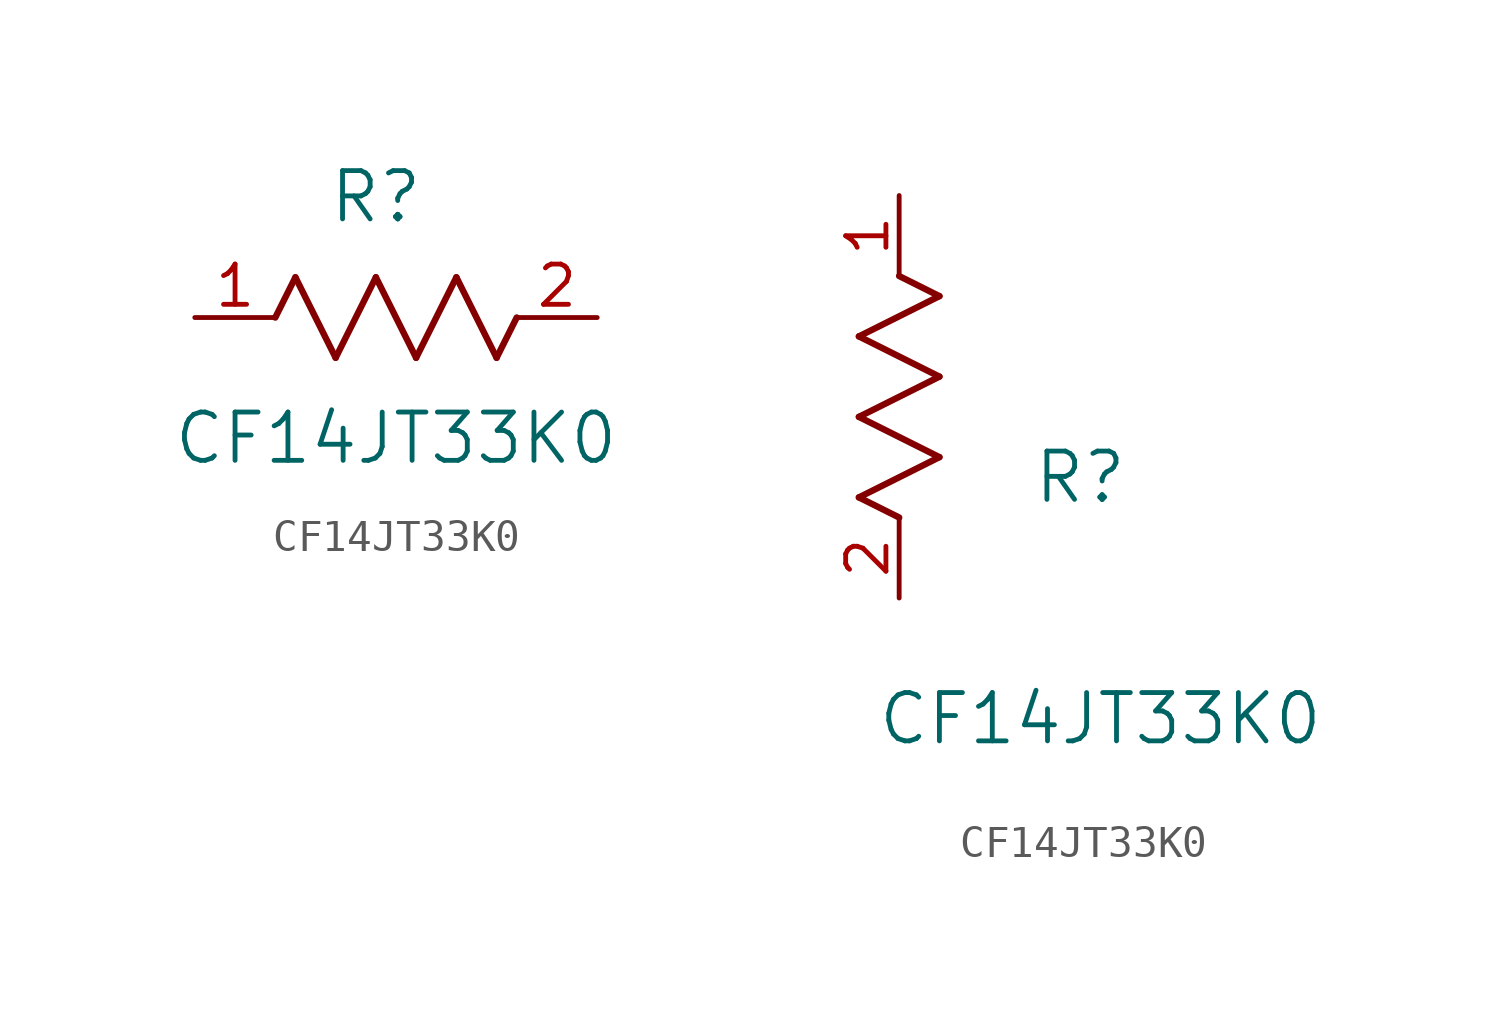
<source format=kicad_sym>
(kicad_symbol_lib
  (version 20211014)
  (generator kicad_symbol_editor)
  (symbol "CF14JT33K0"
    (pin_names
      (offset 0.254))
    (property "Reference" "R"
      (at 5.715 3.81 0)
      (effects (font (size 1.524 1.524))))
    (property "Value" "CF14JT33K0"
      (at 6.35 -3.81 0)
      (effects (font (size 1.524 1.524))))
    (symbol "CF14JT33K0_1_1"
      (polyline (pts (xy 3.175 1.27) (xy 4.445 -1.27)) (stroke (width 0.203) (type default) (color 0 0 0 0)) (fill (type none)))
      (polyline (pts (xy 4.445 -1.27) (xy 5.715 1.27)) (stroke (width 0.203) (type default) (color 0 0 0 0)) (fill (type none)))
      (polyline (pts (xy 5.715 1.27) (xy 6.985 -1.27)) (stroke (width 0.203) (type default) (color 0 0 0 0)) (fill (type none)))
      (polyline (pts (xy 6.985 -1.27) (xy 8.255 1.27)) (stroke (width 0.203) (type default) (color 0 0 0 0)) (fill (type none)))
      (polyline (pts (xy 8.255 1.27) (xy 9.525 -1.27)) (stroke (width 0.203) (type default) (color 0 0 0 0)) (fill (type none)))
      (polyline (pts (xy 2.54 0) (xy 3.175 1.27)) (stroke (width 0.203) (type default) (color 0 0 0 0)) (fill (type none)))
      (polyline (pts (xy 9.525 -1.27) (xy 10.16 0)) (stroke (width 0.203) (type default) (color 0 0 0 0)) (fill (type none)))
      (pin unspecified line (at 0 0 0) (length 2.54) (name "" (effects (font (size 1.27 1.27)))) (number "1" (effects (font (size 1.27 1.27)))))
      (pin unspecified line (at 12.7 0 180) (length 2.54) (name "" (effects (font (size 1.27 1.27)))) (number "2" (effects (font (size 1.27 1.27))))))
    (symbol "CF14JT33K0_1_2"
      (polyline (pts (xy 0 2.54) (xy -1.27 3.175)) (stroke (width 0.203) (type default) (color 0 0 0 0)) (fill (type none)))
      (polyline (pts (xy -1.27 3.175) (xy 1.27 4.445)) (stroke (width 0.203) (type default) (color 0 0 0 0)) (fill (type none)))
      (polyline (pts (xy 1.27 4.445) (xy -1.27 5.715)) (stroke (width 0.203) (type default) (color 0 0 0 0)) (fill (type none)))
      (polyline (pts (xy -1.27 5.715) (xy 1.27 6.985)) (stroke (width 0.203) (type default) (color 0 0 0 0)) (fill (type none)))
      (polyline (pts (xy -1.27 8.255) (xy 1.27 9.525)) (stroke (width 0.203) (type default) (color 0 0 0 0)) (fill (type none)))
      (polyline (pts (xy 1.27 9.525) (xy 0 10.16)) (stroke (width 0.203) (type default) (color 0 0 0 0)) (fill (type none)))
      (polyline (pts (xy 1.27 6.985) (xy -1.27 8.255)) (stroke (width 0.203) (type default) (color 0 0 0 0)) (fill (type none)))
      (pin unspecified line (at 0 12.7 270) (length 2.54) (name "" (effects (font (size 1.27 1.27)))) (number "1" (effects (font (size 1.27 1.27)))))
      (pin unspecified line (at 0 0 90) (length 2.54) (name "" (effects (font (size 1.27 1.27)))) (number "2" (effects (font (size 1.27 1.27))))))))
</source>
